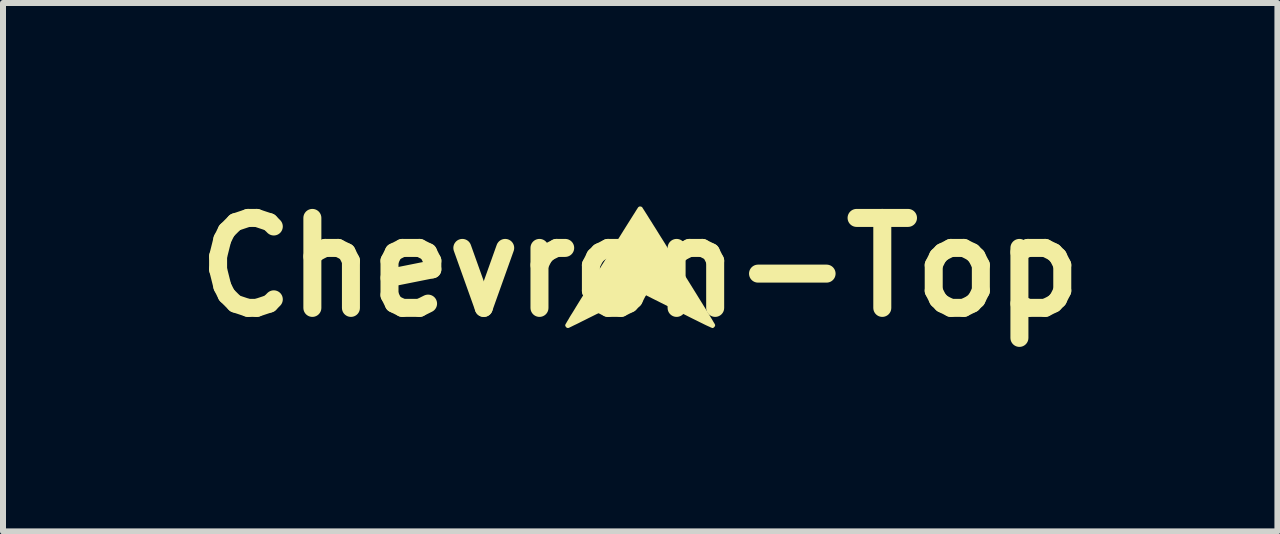
<source format=kicad_pcb>
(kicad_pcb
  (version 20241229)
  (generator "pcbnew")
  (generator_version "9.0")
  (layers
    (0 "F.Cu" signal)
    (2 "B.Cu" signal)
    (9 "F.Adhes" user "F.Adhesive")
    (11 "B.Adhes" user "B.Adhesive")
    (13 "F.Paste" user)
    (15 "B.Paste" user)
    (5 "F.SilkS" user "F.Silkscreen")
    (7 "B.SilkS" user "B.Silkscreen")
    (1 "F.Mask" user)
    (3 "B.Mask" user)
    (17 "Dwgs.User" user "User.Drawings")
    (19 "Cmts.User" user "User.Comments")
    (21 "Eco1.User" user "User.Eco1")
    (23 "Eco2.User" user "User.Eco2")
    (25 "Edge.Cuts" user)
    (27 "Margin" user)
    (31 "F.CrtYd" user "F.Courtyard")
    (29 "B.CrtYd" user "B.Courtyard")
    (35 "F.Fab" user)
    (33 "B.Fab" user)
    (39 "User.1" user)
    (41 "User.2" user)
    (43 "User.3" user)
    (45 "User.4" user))
  (footprint "Chevron-Top"
    (layer "F.Cu")
    (at 7.621 1.404)
    (property "Reference" "Chevron-Top" (at 0 0 0) (layer "F.SilkS") (effects (font (size 1.5 1.5) (thickness 0.3))))
    (attr board_only exclude_from_pos_files exclude_from_bom)
    (fp_poly (pts (xy 0.021 -1.008) (xy 0.032 -1.001) (xy 0.036 -0.995) (xy 0.044 -0.982) (xy 0.057 -0.962) (xy 0.075 -0.934) (xy 0.097 -0.899) (xy 0.123 -0.858) (xy 0.152 -0.811) (xy 0.186 -0.758) (xy 0.222 -0.7) (xy 0.262 -0.637) (xy 0.304 -0.569) (xy 0.349 -0.497) (xy 0.397 -0.421) (xy 0.446 -0.341) (xy 0.498 -0.259) (xy 0.551 -0.173) (xy 0.606 -0.086) (xy 0.647 -0.02) (xy 0.715 0.09) (xy 0.779 0.192) (xy 0.838 0.287) (xy 0.892 0.374) (xy 0.941 0.453) (xy 0.986 0.526) (xy 1.027 0.592) (xy 1.064 0.652) (xy 1.097 0.705) (xy 1.126 0.753) (xy 1.152 0.795) (xy 1.174 0.832) (xy 1.193 0.863) (xy 1.209 0.89) (xy 1.222 0.913) (xy 1.233 0.93) (xy 1.241 0.944) (xy 1.246 0.955) (xy 1.249 0.961) (xy 1.25 0.965) (xy 1.25 0.965) (xy 1.246 0.983) (xy 1.234 0.999) (xy 1.219 1.011) (xy 1.21 1.014) (xy 1.207 1.014) (xy 1.203 1.013) (xy 1.197 1.011) (xy 1.188 1.008) (xy 1.177 1.004) (xy 1.163 0.997) (xy 1.145 0.989) (xy 1.123 0.979) (xy 1.097 0.967) (xy 1.066 0.952) (xy 1.03 0.934) (xy 0.987 0.913) (xy 0.939 0.889) (xy 0.884 0.862) (xy 0.822 0.831) (xy 0.753 0.796) (xy 0.676 0.758) (xy 0.596 0.718) (xy -0.003 0.418) (xy -0.591 0.714) (xy -0.663 0.75) (xy -0.731 0.784) (xy -0.797 0.817) (xy -0.86 0.848) (xy -0.919 0.878) (xy -0.974 0.905) (xy -1.023 0.93) (xy -1.068 0.952) (xy -1.106 0.97) (xy -1.138 0.986) (xy -1.163 0.998) (xy -1.181 1.007) (xy -1.19 1.011) (xy -1.192 1.012) (xy -1.206 1.013) (xy -1.215 1.012) (xy -1.228 1.006) (xy -1.24 0.993) (xy -1.248 0.977) (xy -1.25 0.965) (xy -1.249 0.962) (xy -1.246 0.955) (xy -1.241 0.945) (xy -1.233 0.932) (xy -1.223 0.914) (xy -1.21 0.892) (xy -1.194 0.866) (xy -1.176 0.834) (xy -1.154 0.798) (xy -1.128 0.757) (xy -1.099 0.71) (xy -1.067 0.657) (xy -1.03 0.597) (xy -0.99 0.532) (xy -0.945 0.46) (xy -0.896 0.381) (xy -0.842 0.295) (xy -0.784 0.201) (xy -0.721 0.1) (xy -0.653 -0.01) (xy -0.647 -0.02) (xy -0.591 -0.109) (xy -0.537 -0.196) (xy -0.484 -0.281) (xy -0.433 -0.363) (xy -0.384 -0.441) (xy -0.337 -0.516) (xy -0.293 -0.587) (xy -0.251 -0.654) (xy -0.212 -0.716) (xy -0.176 -0.773) (xy -0.144 -0.824) (xy -0.115 -0.87) (xy -0.09 -0.909) (xy -0.07 -0.942) (xy -0.053 -0.968) (xy -0.041 -0.987) (xy -0.034 -0.998) (xy -0.031 -1.001) (xy -0.016 -1.011) (xy 0.003 -1.013)) (stroke (width 0) (type solid)) (fill yes) (layer "F.SilkS")))
  (gr_rect
    (start -3 -3)
    (end 18.243 5.808)
    (stroke (width 0.1) (type default))
    (fill no)
    (layer "Edge.Cuts")))
</source>
